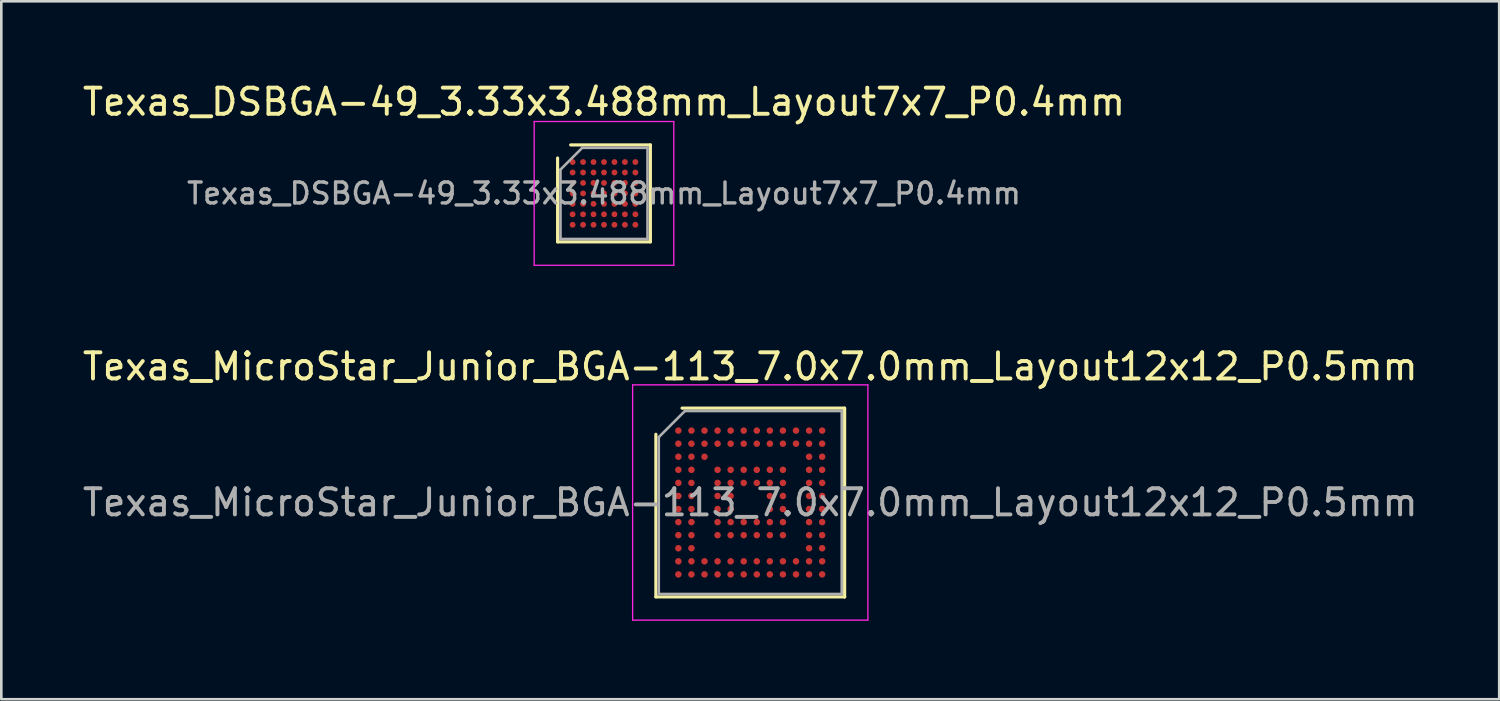
<source format=kicad_pcb>
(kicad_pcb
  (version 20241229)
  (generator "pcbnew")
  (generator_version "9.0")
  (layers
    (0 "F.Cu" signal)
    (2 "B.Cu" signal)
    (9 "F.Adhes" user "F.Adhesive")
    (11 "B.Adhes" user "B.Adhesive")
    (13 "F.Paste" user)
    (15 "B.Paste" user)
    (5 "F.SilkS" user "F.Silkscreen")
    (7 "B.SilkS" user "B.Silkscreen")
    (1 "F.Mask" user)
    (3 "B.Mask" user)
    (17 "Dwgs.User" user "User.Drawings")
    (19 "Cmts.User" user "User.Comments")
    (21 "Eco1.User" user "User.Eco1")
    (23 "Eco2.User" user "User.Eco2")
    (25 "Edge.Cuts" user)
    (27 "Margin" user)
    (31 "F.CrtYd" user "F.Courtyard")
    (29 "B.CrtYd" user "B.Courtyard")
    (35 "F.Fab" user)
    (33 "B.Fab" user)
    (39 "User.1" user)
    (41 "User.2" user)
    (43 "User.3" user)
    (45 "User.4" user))
  (footprint "Texas_MicroStar_Junior_BGA-113_7.0x7.0mm_Layout12x12_P0.5mm"
    (layer "F.Cu")
    (at 25.649 16.172)
    (property "Reference" "Texas_MicroStar_Junior_BGA-113_7.0x7.0mm_Layout12x12_P0.5mm" (at 0 -5.2 0) (layer "F.SilkS") (effects (font (size 1 1) (thickness 0.15))))
    (attr smd)
    (fp_line (start -3.61 3.61) (end -3.61 -2.61) (stroke (width 0.12) (type solid)) (layer "F.SilkS"))
    (fp_line (start -2.61 -3.61) (end 3.61 -3.61) (stroke (width 0.12) (type solid)) (layer "F.SilkS"))
    (fp_line (start 3.61 -3.61) (end 3.61 3.61) (stroke (width 0.12) (type solid)) (layer "F.SilkS"))
    (fp_line (start 3.61 3.61) (end -3.61 3.61) (stroke (width 0.12) (type solid)) (layer "F.SilkS"))
    (fp_line (start 3.61 3.61) (end 3.61 3.61) (stroke (width 0.12) (type solid)) (layer "F.SilkS"))
    (fp_line (start -4.5 -4.5) (end 4.5 -4.5) (stroke (width 0.05) (type solid)) (layer "F.CrtYd"))
    (fp_line (start -4.5 4.5) (end -4.5 -4.5) (stroke (width 0.05) (type solid)) (layer "F.CrtYd"))
    (fp_line (start 4.5 -4.5) (end 4.5 4.5) (stroke (width 0.05) (type solid)) (layer "F.CrtYd"))
    (fp_line (start 4.5 4.5) (end -4.5 4.5) (stroke (width 0.05) (type solid)) (layer "F.CrtYd"))
    (fp_line (start -3.5 3.5) (end -3.5 -2.5) (stroke (width 0.1) (type solid)) (layer "F.Fab"))
    (fp_line (start -2.5 -3.5) (end -3.5 -2.5) (stroke (width 0.1) (type solid)) (layer "F.Fab"))
    (fp_line (start -2.5 -3.5) (end 3.5 -3.5) (stroke (width 0.1) (type solid)) (layer "F.Fab"))
    (fp_line (start 3.5 -3.5) (end 3.5 3.5) (stroke (width 0.1) (type solid)) (layer "F.Fab"))
    (fp_line (start 3.5 3.5) (end -3.5 3.5) (stroke (width 0.1) (type solid)) (layer "F.Fab"))
    (fp_text user "${REFERENCE}" (at 0 0 0) (layer "F.Fab") (effects (font (size 1 1) (thickness 0.15))))
    (pad "A1" smd circle (at -2.75 -2.75) (size 0.25 0.25) (layers "F.Cu" "F.Mask" "F.Paste"))
    (pad "A2" smd circle (at -2.25 -2.75) (size 0.25 0.25) (layers "F.Cu" "F.Mask" "F.Paste"))
    (pad "A3" smd circle (at -1.75 -2.75) (size 0.25 0.25) (layers "F.Cu" "F.Mask" "F.Paste"))
    (pad "A4" smd circle (at -1.25 -2.75) (size 0.25 0.25) (layers "F.Cu" "F.Mask" "F.Paste"))
    (pad "A5" smd circle (at -0.75 -2.75) (size 0.25 0.25) (layers "F.Cu" "F.Mask" "F.Paste"))
    (pad "A6" smd circle (at -0.25 -2.75) (size 0.25 0.25) (layers "F.Cu" "F.Mask" "F.Paste"))
    (pad "A7" smd circle (at 0.25 -2.75) (size 0.25 0.25) (layers "F.Cu" "F.Mask" "F.Paste"))
    (pad "A8" smd circle (at 0.75 -2.75) (size 0.25 0.25) (layers "F.Cu" "F.Mask" "F.Paste"))
    (pad "A9" smd circle (at 1.25 -2.75) (size 0.25 0.25) (layers "F.Cu" "F.Mask" "F.Paste"))
    (pad "A10" smd circle (at 1.75 -2.75) (size 0.25 0.25) (layers "F.Cu" "F.Mask" "F.Paste"))
    (pad "A11" smd circle (at 2.25 -2.75) (size 0.25 0.25) (layers "F.Cu" "F.Mask" "F.Paste"))
    (pad "A12" smd circle (at 2.75 -2.75) (size 0.25 0.25) (layers "F.Cu" "F.Mask" "F.Paste"))
    (pad "B1" smd circle (at -2.75 -2.25) (size 0.25 0.25) (layers "F.Cu" "F.Mask" "F.Paste"))
    (pad "B2" smd circle (at -2.25 -2.25) (size 0.25 0.25) (layers "F.Cu" "F.Mask" "F.Paste"))
    (pad "B3" smd circle (at -1.75 -2.25) (size 0.25 0.25) (layers "F.Cu" "F.Mask" "F.Paste"))
    (pad "B4" smd circle (at -1.25 -2.25) (size 0.25 0.25) (layers "F.Cu" "F.Mask" "F.Paste"))
    (pad "B5" smd circle (at -0.75 -2.25) (size 0.25 0.25) (layers "F.Cu" "F.Mask" "F.Paste"))
    (pad "B6" smd circle (at -0.25 -2.25) (size 0.25 0.25) (layers "F.Cu" "F.Mask" "F.Paste"))
    (pad "B7" smd circle (at 0.25 -2.25) (size 0.25 0.25) (layers "F.Cu" "F.Mask" "F.Paste"))
    (pad "B8" smd circle (at 0.75 -2.25) (size 0.25 0.25) (layers "F.Cu" "F.Mask" "F.Paste"))
    (pad "B9" smd circle (at 1.25 -2.25) (size 0.25 0.25) (layers "F.Cu" "F.Mask" "F.Paste"))
    (pad "B10" smd circle (at 1.75 -2.25) (size 0.25 0.25) (layers "F.Cu" "F.Mask" "F.Paste"))
    (pad "B11" smd circle (at 2.25 -2.25) (size 0.25 0.25) (layers "F.Cu" "F.Mask" "F.Paste"))
    (pad "B12" smd circle (at 2.75 -2.25) (size 0.25 0.25) (layers "F.Cu" "F.Mask" "F.Paste"))
    (pad "C1" smd circle (at -2.75 -1.75) (size 0.25 0.25) (layers "F.Cu" "F.Mask" "F.Paste"))
    (pad "C2" smd circle (at -2.25 -1.75) (size 0.25 0.25) (layers "F.Cu" "F.Mask" "F.Paste"))
    (pad "C3" smd circle (at -1.75 -1.75) (size 0.25 0.25) (layers "F.Cu" "F.Mask" "F.Paste"))
    (pad "C11" smd circle (at 2.25 -1.75) (size 0.25 0.25) (layers "F.Cu" "F.Mask" "F.Paste"))
    (pad "C12" smd circle (at 2.75 -1.75) (size 0.25 0.25) (layers "F.Cu" "F.Mask" "F.Paste"))
    (pad "D1" smd circle (at -2.75 -1.25) (size 0.25 0.25) (layers "F.Cu" "F.Mask" "F.Paste"))
    (pad "D2" smd circle (at -2.25 -1.25) (size 0.25 0.25) (layers "F.Cu" "F.Mask" "F.Paste"))
    (pad "D4" smd circle (at -1.25 -1.25) (size 0.25 0.25) (layers "F.Cu" "F.Mask" "F.Paste"))
    (pad "D5" smd circle (at -0.75 -1.25) (size 0.25 0.25) (layers "F.Cu" "F.Mask" "F.Paste"))
    (pad "D6" smd circle (at -0.25 -1.25) (size 0.25 0.25) (layers "F.Cu" "F.Mask" "F.Paste"))
    (pad "D7" smd circle (at 0.25 -1.25) (size 0.25 0.25) (layers "F.Cu" "F.Mask" "F.Paste"))
    (pad "D8" smd circle (at 0.75 -1.25) (size 0.25 0.25) (layers "F.Cu" "F.Mask" "F.Paste"))
    (pad "D9" smd circle (at 1.25 -1.25) (size 0.25 0.25) (layers "F.Cu" "F.Mask" "F.Paste"))
    (pad "D11" smd circle (at 2.25 -1.25) (size 0.25 0.25) (layers "F.Cu" "F.Mask" "F.Paste"))
    (pad "D12" smd circle (at 2.75 -1.25) (size 0.25 0.25) (layers "F.Cu" "F.Mask" "F.Paste"))
    (pad "E1" smd circle (at -2.75 -0.75) (size 0.25 0.25) (layers "F.Cu" "F.Mask" "F.Paste"))
    (pad "E2" smd circle (at -2.25 -0.75) (size 0.25 0.25) (layers "F.Cu" "F.Mask" "F.Paste"))
    (pad "E4" smd circle (at -1.25 -0.75) (size 0.25 0.25) (layers "F.Cu" "F.Mask" "F.Paste"))
    (pad "E5" smd circle (at -0.75 -0.75) (size 0.25 0.25) (layers "F.Cu" "F.Mask" "F.Paste"))
    (pad "E6" smd circle (at -0.25 -0.75) (size 0.25 0.25) (layers "F.Cu" "F.Mask" "F.Paste"))
    (pad "E7" smd circle (at 0.25 -0.75) (size 0.25 0.25) (layers "F.Cu" "F.Mask" "F.Paste"))
    (pad "E8" smd circle (at 0.75 -0.75) (size 0.25 0.25) (layers "F.Cu" "F.Mask" "F.Paste"))
    (pad "E9" smd circle (at 1.25 -0.75) (size 0.25 0.25) (layers "F.Cu" "F.Mask" "F.Paste"))
    (pad "E11" smd circle (at 2.25 -0.75) (size 0.25 0.25) (layers "F.Cu" "F.Mask" "F.Paste"))
    (pad "E12" smd circle (at 2.75 -0.75) (size 0.25 0.25) (layers "F.Cu" "F.Mask" "F.Paste"))
    (pad "F1" smd circle (at -2.75 -0.25) (size 0.25 0.25) (layers "F.Cu" "F.Mask" "F.Paste"))
    (pad "F2" smd circle (at -2.25 -0.25) (size 0.25 0.25) (layers "F.Cu" "F.Mask" "F.Paste"))
    (pad "F4" smd circle (at -1.25 -0.25) (size 0.25 0.25) (layers "F.Cu" "F.Mask" "F.Paste"))
    (pad "F5" smd circle (at -0.75 -0.25) (size 0.25 0.25) (layers "F.Cu" "F.Mask" "F.Paste"))
    (pad "F8" smd circle (at 0.75 -0.25) (size 0.25 0.25) (layers "F.Cu" "F.Mask" "F.Paste"))
    (pad "F9" smd circle (at 1.25 -0.25) (size 0.25 0.25) (layers "F.Cu" "F.Mask" "F.Paste"))
    (pad "F11" smd circle (at 2.25 -0.25) (size 0.25 0.25) (layers "F.Cu" "F.Mask" "F.Paste"))
    (pad "F12" smd circle (at 2.75 -0.25) (size 0.25 0.25) (layers "F.Cu" "F.Mask" "F.Paste"))
    (pad "G1" smd circle (at -2.75 0.25) (size 0.25 0.25) (layers "F.Cu" "F.Mask" "F.Paste"))
    (pad "G2" smd circle (at -2.25 0.25) (size 0.25 0.25) (layers "F.Cu" "F.Mask" "F.Paste"))
    (pad "G4" smd circle (at -1.25 0.25) (size 0.25 0.25) (layers "F.Cu" "F.Mask" "F.Paste"))
    (pad "G5" smd circle (at -0.75 0.25) (size 0.25 0.25) (layers "F.Cu" "F.Mask" "F.Paste"))
    (pad "G8" smd circle (at 0.75 0.25) (size 0.25 0.25) (layers "F.Cu" "F.Mask" "F.Paste"))
    (pad "G9" smd circle (at 1.25 0.25) (size 0.25 0.25) (layers "F.Cu" "F.Mask" "F.Paste"))
    (pad "G11" smd circle (at 2.25 0.25) (size 0.25 0.25) (layers "F.Cu" "F.Mask" "F.Paste"))
    (pad "G12" smd circle (at 2.75 0.25) (size 0.25 0.25) (layers "F.Cu" "F.Mask" "F.Paste"))
    (pad "H1" smd circle (at -2.75 0.75) (size 0.25 0.25) (layers "F.Cu" "F.Mask" "F.Paste"))
    (pad "H2" smd circle (at -2.25 0.75) (size 0.25 0.25) (layers "F.Cu" "F.Mask" "F.Paste"))
    (pad "H4" smd circle (at -1.25 0.75) (size 0.25 0.25) (layers "F.Cu" "F.Mask" "F.Paste"))
    (pad "H5" smd circle (at -0.75 0.75) (size 0.25 0.25) (layers "F.Cu" "F.Mask" "F.Paste"))
    (pad "H6" smd circle (at -0.25 0.75) (size 0.25 0.25) (layers "F.Cu" "F.Mask" "F.Paste"))
    (pad "H7" smd circle (at 0.25 0.75) (size 0.25 0.25) (layers "F.Cu" "F.Mask" "F.Paste"))
    (pad "H8" smd circle (at 0.75 0.75) (size 0.25 0.25) (layers "F.Cu" "F.Mask" "F.Paste"))
    (pad "H9" smd circle (at 1.25 0.75) (size 0.25 0.25) (layers "F.Cu" "F.Mask" "F.Paste"))
    (pad "H11" smd circle (at 2.25 0.75) (size 0.25 0.25) (layers "F.Cu" "F.Mask" "F.Paste"))
    (pad "H12" smd circle (at 2.75 0.75) (size 0.25 0.25) (layers "F.Cu" "F.Mask" "F.Paste"))
    (pad "I1" smd circle (at -2.75 1.25) (size 0.25 0.25) (layers "F.Cu" "F.Mask" "F.Paste"))
    (pad "I2" smd circle (at -2.25 1.25) (size 0.25 0.25) (layers "F.Cu" "F.Mask" "F.Paste"))
    (pad "I4" smd circle (at -1.25 1.25) (size 0.25 0.25) (layers "F.Cu" "F.Mask" "F.Paste"))
    (pad "I5" smd circle (at -0.75 1.25) (size 0.25 0.25) (layers "F.Cu" "F.Mask" "F.Paste"))
    (pad "I6" smd circle (at -0.25 1.25) (size 0.25 0.25) (layers "F.Cu" "F.Mask" "F.Paste"))
    (pad "I7" smd circle (at 0.25 1.25) (size 0.25 0.25) (layers "F.Cu" "F.Mask" "F.Paste"))
    (pad "I8" smd circle (at 0.75 1.25) (size 0.25 0.25) (layers "F.Cu" "F.Mask" "F.Paste"))
    (pad "I9" smd circle (at 1.25 1.25) (size 0.25 0.25) (layers "F.Cu" "F.Mask" "F.Paste"))
    (pad "I11" smd circle (at 2.25 1.25) (size 0.25 0.25) (layers "F.Cu" "F.Mask" "F.Paste"))
    (pad "I12" smd circle (at 2.75 1.25) (size 0.25 0.25) (layers "F.Cu" "F.Mask" "F.Paste"))
    (pad "J1" smd circle (at -2.75 1.75) (size 0.25 0.25) (layers "F.Cu" "F.Mask" "F.Paste"))
    (pad "J2" smd circle (at -2.25 1.75) (size 0.25 0.25) (layers "F.Cu" "F.Mask" "F.Paste"))
    (pad "J11" smd circle (at 2.25 1.75) (size 0.25 0.25) (layers "F.Cu" "F.Mask" "F.Paste"))
    (pad "J12" smd circle (at 2.75 1.75) (size 0.25 0.25) (layers "F.Cu" "F.Mask" "F.Paste"))
    (pad "K1" smd circle (at -2.75 2.25) (size 0.25 0.25) (layers "F.Cu" "F.Mask" "F.Paste"))
    (pad "K2" smd circle (at -2.25 2.25) (size 0.25 0.25) (layers "F.Cu" "F.Mask" "F.Paste"))
    (pad "K3" smd circle (at -1.75 2.25) (size 0.25 0.25) (layers "F.Cu" "F.Mask" "F.Paste"))
    (pad "K4" smd circle (at -1.25 2.25) (size 0.25 0.25) (layers "F.Cu" "F.Mask" "F.Paste"))
    (pad "K5" smd circle (at -0.75 2.25) (size 0.25 0.25) (layers "F.Cu" "F.Mask" "F.Paste"))
    (pad "K6" smd circle (at -0.25 2.25) (size 0.25 0.25) (layers "F.Cu" "F.Mask" "F.Paste"))
    (pad "K7" smd circle (at 0.25 2.25) (size 0.25 0.25) (layers "F.Cu" "F.Mask" "F.Paste"))
    (pad "K8" smd circle (at 0.75 2.25) (size 0.25 0.25) (layers "F.Cu" "F.Mask" "F.Paste"))
    (pad "K9" smd circle (at 1.25 2.25) (size 0.25 0.25) (layers "F.Cu" "F.Mask" "F.Paste"))
    (pad "K10" smd circle (at 1.75 2.25) (size 0.25 0.25) (layers "F.Cu" "F.Mask" "F.Paste"))
    (pad "K11" smd circle (at 2.25 2.25) (size 0.25 0.25) (layers "F.Cu" "F.Mask" "F.Paste"))
    (pad "K12" smd circle (at 2.75 2.25) (size 0.25 0.25) (layers "F.Cu" "F.Mask" "F.Paste"))
    (pad "L1" smd circle (at -2.75 2.75) (size 0.25 0.25) (layers "F.Cu" "F.Mask" "F.Paste"))
    (pad "L2" smd circle (at -2.25 2.75) (size 0.25 0.25) (layers "F.Cu" "F.Mask" "F.Paste"))
    (pad "L3" smd circle (at -1.75 2.75) (size 0.25 0.25) (layers "F.Cu" "F.Mask" "F.Paste"))
    (pad "L4" smd circle (at -1.25 2.75) (size 0.25 0.25) (layers "F.Cu" "F.Mask" "F.Paste"))
    (pad "L5" smd circle (at -0.75 2.75) (size 0.25 0.25) (layers "F.Cu" "F.Mask" "F.Paste"))
    (pad "L6" smd circle (at -0.25 2.75) (size 0.25 0.25) (layers "F.Cu" "F.Mask" "F.Paste"))
    (pad "L7" smd circle (at 0.25 2.75) (size 0.25 0.25) (layers "F.Cu" "F.Mask" "F.Paste"))
    (pad "L8" smd circle (at 0.75 2.75) (size 0.25 0.25) (layers "F.Cu" "F.Mask" "F.Paste"))
    (pad "L9" smd circle (at 1.25 2.75) (size 0.25 0.25) (layers "F.Cu" "F.Mask" "F.Paste"))
    (pad "L10" smd circle (at 1.75 2.75) (size 0.25 0.25) (layers "F.Cu" "F.Mask" "F.Paste"))
    (pad "L11" smd circle (at 2.25 2.75) (size 0.25 0.25) (layers "F.Cu" "F.Mask" "F.Paste"))
    (pad "L12" smd circle (at 2.75 2.75) (size 0.25 0.25) (layers "F.Cu" "F.Mask" "F.Paste")))
  (footprint "Texas_DSBGA-49_3.33x3.488mm_Layout7x7_P0.4mm"
    (layer "F.Cu")
    (at 20.054 4.348)
    (property "Reference" "Texas_DSBGA-49_3.33x3.488mm_Layout7x7_P0.4mm" (at 0 -3.5 0) (layer "F.SilkS") (effects (font (size 1 1) (thickness 0.15))))
    (attr smd)
    (fp_line (start -1.775 1.854) (end -1.775 -1.354) (stroke (width 0.12) (type solid)) (layer "F.SilkS"))
    (fp_line (start 1.775 -1.854) (end -1.275 -1.854) (stroke (width 0.12) (type solid)) (layer "F.SilkS"))
    (fp_line (start 1.775 1.854) (end -1.775 1.854) (stroke (width 0.12) (type solid)) (layer "F.SilkS"))
    (fp_line (start 1.775 1.854) (end 1.775 -1.854) (stroke (width 0.12) (type solid)) (layer "F.SilkS"))
    (fp_line (start -2.67 -2.75) (end 2.67 -2.75) (stroke (width 0.05) (type solid)) (layer "F.CrtYd"))
    (fp_line (start -2.67 2.75) (end -2.67 -2.75) (stroke (width 0.05) (type solid)) (layer "F.CrtYd"))
    (fp_line (start -2.67 2.75) (end 2.67 2.75) (stroke (width 0.05) (type solid)) (layer "F.CrtYd"))
    (fp_line (start 2.67 2.75) (end 2.67 -2.75) (stroke (width 0.05) (type solid)) (layer "F.CrtYd"))
    (fp_line (start -1.665 -0.911) (end -1.665 1.744) (stroke (width 0.1) (type solid)) (layer "F.Fab"))
    (fp_line (start -1.665 -0.911) (end -0.833 -1.744) (stroke (width 0.1) (type solid)) (layer "F.Fab"))
    (fp_line (start 1.665 -1.744) (end -0.833 -1.744) (stroke (width 0.1) (type solid)) (layer "F.Fab"))
    (fp_line (start 1.665 -1.744) (end 1.665 1.744) (stroke (width 0.1) (type solid)) (layer "F.Fab"))
    (fp_line (start 1.665 1.744) (end -1.665 1.744) (stroke (width 0.1) (type solid)) (layer "F.Fab"))
    (fp_text user "${REFERENCE}" (at 0 0 0) (layer "F.Fab") (effects (font (size 0.8 0.8) (thickness 0.13))))
    (pad "A1" smd circle (at -1.2 -1.2) (size 0.225 0.225) (layers "F.Cu" "F.Mask" "F.Paste"))
    (pad "A2" smd circle (at -0.8 -1.2) (size 0.225 0.225) (layers "F.Cu" "F.Mask" "F.Paste"))
    (pad "A3" smd circle (at -0.4 -1.2) (size 0.225 0.225) (layers "F.Cu" "F.Mask" "F.Paste"))
    (pad "A4" smd circle (at 0 -1.2) (size 0.225 0.225) (layers "F.Cu" "F.Mask" "F.Paste"))
    (pad "A5" smd circle (at 0.4 -1.2) (size 0.225 0.225) (layers "F.Cu" "F.Mask" "F.Paste"))
    (pad "A6" smd circle (at 0.8 -1.2) (size 0.225 0.225) (layers "F.Cu" "F.Mask" "F.Paste"))
    (pad "A7" smd circle (at 1.2 -1.2) (size 0.225 0.225) (layers "F.Cu" "F.Mask" "F.Paste"))
    (pad "B1" smd circle (at -1.2 -0.8) (size 0.225 0.225) (layers "F.Cu" "F.Mask" "F.Paste"))
    (pad "B2" smd circle (at -0.8 -0.8) (size 0.225 0.225) (layers "F.Cu" "F.Mask" "F.Paste"))
    (pad "B3" smd circle (at -0.4 -0.8) (size 0.225 0.225) (layers "F.Cu" "F.Mask" "F.Paste"))
    (pad "B4" smd circle (at 0 -0.8) (size 0.225 0.225) (layers "F.Cu" "F.Mask" "F.Paste"))
    (pad "B5" smd circle (at 0.4 -0.8) (size 0.225 0.225) (layers "F.Cu" "F.Mask" "F.Paste"))
    (pad "B6" smd circle (at 0.8 -0.8) (size 0.225 0.225) (layers "F.Cu" "F.Mask" "F.Paste"))
    (pad "B7" smd circle (at 1.2 -0.8) (size 0.225 0.225) (layers "F.Cu" "F.Mask" "F.Paste"))
    (pad "C1" smd circle (at -1.2 -0.4) (size 0.225 0.225) (layers "F.Cu" "F.Mask" "F.Paste"))
    (pad "C2" smd circle (at -0.8 -0.4) (size 0.225 0.225) (layers "F.Cu" "F.Mask" "F.Paste"))
    (pad "C3" smd circle (at -0.4 -0.4) (size 0.225 0.225) (layers "F.Cu" "F.Mask" "F.Paste"))
    (pad "C4" smd circle (at 0 -0.4) (size 0.225 0.225) (layers "F.Cu" "F.Mask" "F.Paste"))
    (pad "C5" smd circle (at 0.4 -0.4) (size 0.225 0.225) (layers "F.Cu" "F.Mask" "F.Paste"))
    (pad "C6" smd circle (at 0.8 -0.4) (size 0.225 0.225) (layers "F.Cu" "F.Mask" "F.Paste"))
    (pad "C7" smd circle (at 1.2 -0.4) (size 0.225 0.225) (layers "F.Cu" "F.Mask" "F.Paste"))
    (pad "D1" smd circle (at -1.2 0) (size 0.225 0.225) (layers "F.Cu" "F.Mask" "F.Paste"))
    (pad "D2" smd circle (at -0.8 0) (size 0.225 0.225) (layers "F.Cu" "F.Mask" "F.Paste"))
    (pad "D3" smd circle (at -0.4 0) (size 0.225 0.225) (layers "F.Cu" "F.Mask" "F.Paste"))
    (pad "D4" smd circle (at 0 0) (size 0.225 0.225) (layers "F.Cu" "F.Mask" "F.Paste"))
    (pad "D5" smd circle (at 0.4 0) (size 0.225 0.225) (layers "F.Cu" "F.Mask" "F.Paste"))
    (pad "D6" smd circle (at 0.8 0) (size 0.225 0.225) (layers "F.Cu" "F.Mask" "F.Paste"))
    (pad "D7" smd circle (at 1.2 0) (size 0.225 0.225) (layers "F.Cu" "F.Mask" "F.Paste"))
    (pad "E1" smd circle (at -1.2 0.4) (size 0.225 0.225) (layers "F.Cu" "F.Mask" "F.Paste"))
    (pad "E2" smd circle (at -0.8 0.4) (size 0.225 0.225) (layers "F.Cu" "F.Mask" "F.Paste"))
    (pad "E3" smd circle (at -0.4 0.4) (size 0.225 0.225) (layers "F.Cu" "F.Mask" "F.Paste"))
    (pad "E4" smd circle (at 0 0.4) (size 0.225 0.225) (layers "F.Cu" "F.Mask" "F.Paste"))
    (pad "E5" smd circle (at 0.4 0.4) (size 0.225 0.225) (layers "F.Cu" "F.Mask" "F.Paste"))
    (pad "E6" smd circle (at 0.8 0.4) (size 0.225 0.225) (layers "F.Cu" "F.Mask" "F.Paste"))
    (pad "E7" smd circle (at 1.2 0.4) (size 0.225 0.225) (layers "F.Cu" "F.Mask" "F.Paste"))
    (pad "F1" smd circle (at -1.2 0.8) (size 0.225 0.225) (layers "F.Cu" "F.Mask" "F.Paste"))
    (pad "F2" smd circle (at -0.8 0.8) (size 0.225 0.225) (layers "F.Cu" "F.Mask" "F.Paste"))
    (pad "F3" smd circle (at -0.4 0.8) (size 0.225 0.225) (layers "F.Cu" "F.Mask" "F.Paste"))
    (pad "F4" smd circle (at 0 0.8) (size 0.225 0.225) (layers "F.Cu" "F.Mask" "F.Paste"))
    (pad "F5" smd circle (at 0.4 0.8) (size 0.225 0.225) (layers "F.Cu" "F.Mask" "F.Paste"))
    (pad "F6" smd circle (at 0.8 0.8) (size 0.225 0.225) (layers "F.Cu" "F.Mask" "F.Paste"))
    (pad "F7" smd circle (at 1.2 0.8) (size 0.225 0.225) (layers "F.Cu" "F.Mask" "F.Paste"))
    (pad "G1" smd circle (at -1.2 1.2) (size 0.225 0.225) (layers "F.Cu" "F.Mask" "F.Paste"))
    (pad "G2" smd circle (at -0.8 1.2) (size 0.225 0.225) (layers "F.Cu" "F.Mask" "F.Paste"))
    (pad "G3" smd circle (at -0.4 1.2) (size 0.225 0.225) (layers "F.Cu" "F.Mask" "F.Paste"))
    (pad "G4" smd circle (at 0 1.2) (size 0.225 0.225) (layers "F.Cu" "F.Mask" "F.Paste"))
    (pad "G5" smd circle (at 0.4 1.2) (size 0.225 0.225) (layers "F.Cu" "F.Mask" "F.Paste"))
    (pad "G6" smd circle (at 0.8 1.2) (size 0.225 0.225) (layers "F.Cu" "F.Mask" "F.Paste"))
    (pad "G7" smd circle (at 1.2 1.2) (size 0.225 0.225) (layers "F.Cu" "F.Mask" "F.Paste")))
  (gr_rect
    (start -3 -3)
    (end 54.298 23.697)
    (stroke (width 0.1) (type default))
    (fill no)
    (layer "Edge.Cuts")))
</source>
